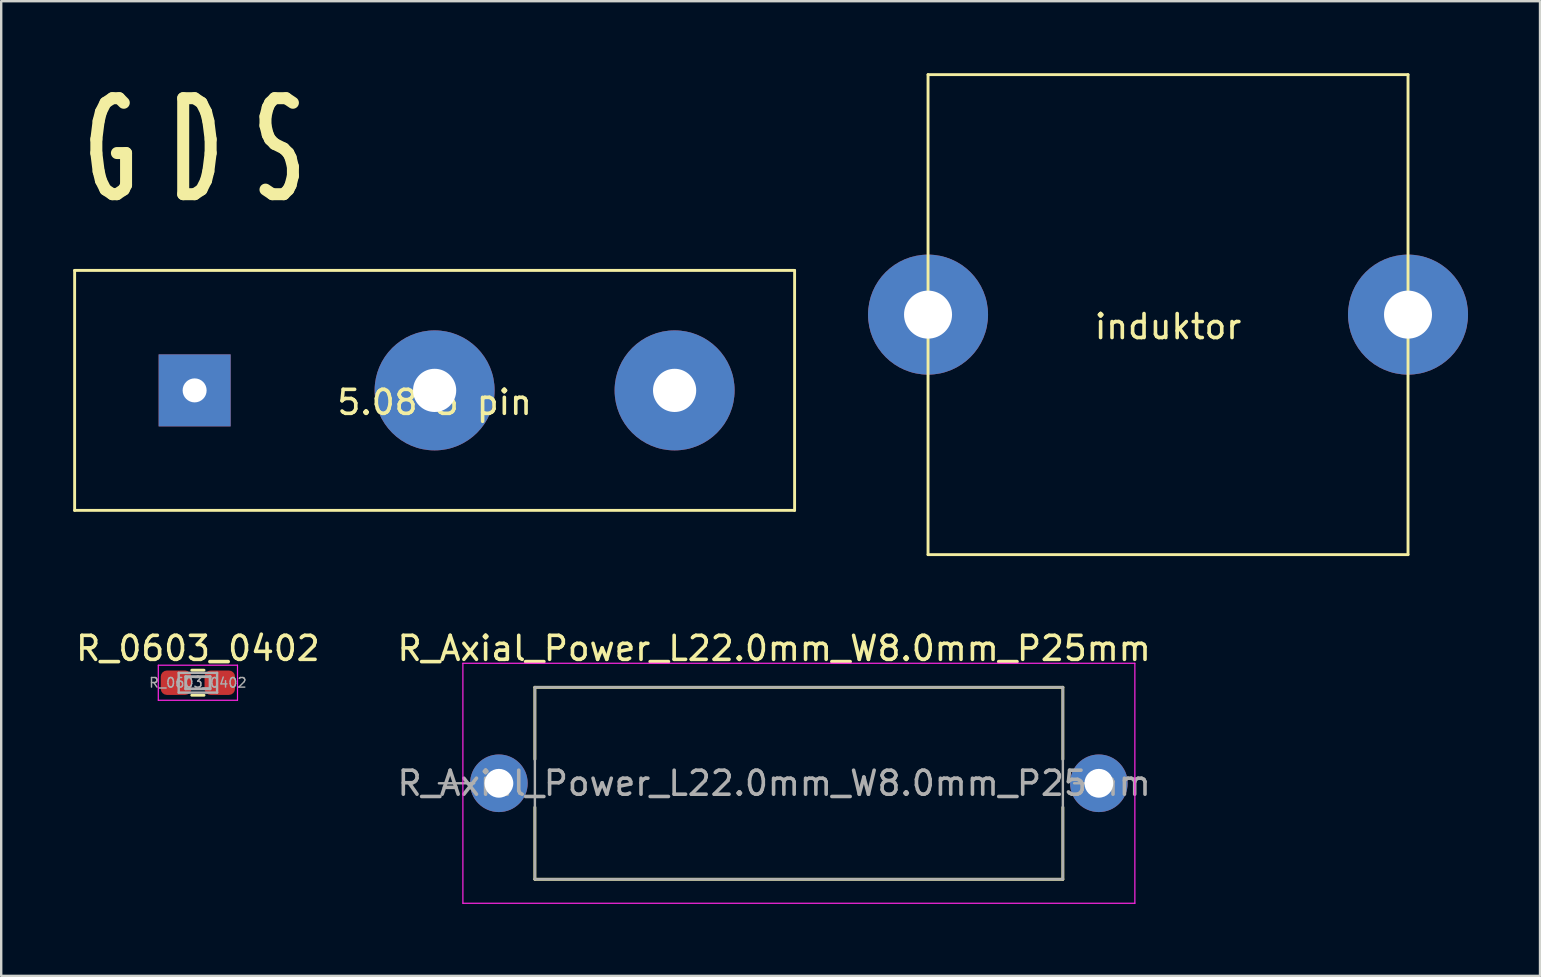
<source format=kicad_pcb>
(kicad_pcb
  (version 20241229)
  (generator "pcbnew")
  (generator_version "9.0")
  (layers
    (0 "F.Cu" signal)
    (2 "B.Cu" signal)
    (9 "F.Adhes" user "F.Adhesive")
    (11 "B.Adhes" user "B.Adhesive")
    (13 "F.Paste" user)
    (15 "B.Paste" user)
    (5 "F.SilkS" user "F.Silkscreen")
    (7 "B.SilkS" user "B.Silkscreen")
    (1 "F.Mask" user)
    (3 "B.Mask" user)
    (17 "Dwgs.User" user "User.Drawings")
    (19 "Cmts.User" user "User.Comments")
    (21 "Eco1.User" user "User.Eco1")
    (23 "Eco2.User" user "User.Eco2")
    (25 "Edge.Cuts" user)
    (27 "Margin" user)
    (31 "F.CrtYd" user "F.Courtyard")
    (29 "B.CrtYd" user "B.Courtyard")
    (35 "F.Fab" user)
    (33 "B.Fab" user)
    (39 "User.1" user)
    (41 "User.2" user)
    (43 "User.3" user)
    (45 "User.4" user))
  (footprint "R_Axial_Power_L22.0mm_W8.0mm_P25mm"
    (layer "F.Cu")
    (at 30.238 29.588)
    (property "Reference" "R_Axial_Power_L22.0mm_W8.0mm_P25mm" (at -1.03 -5.62 0) (layer "F.SilkS") (effects (font (size 1 1) (thickness 0.15))))
    (attr through_hole)
    (fp_line (start -11 -4) (end 11 -4) (stroke (width 0.12) (type solid)) (layer "F.SilkS"))
    (fp_line (start -11 -1) (end -11 -4) (stroke (width 0.12) (type solid)) (layer "F.SilkS"))
    (fp_line (start -11 1) (end -11 4) (stroke (width 0.12) (type solid)) (layer "F.SilkS"))
    (fp_line (start -11 4) (end 11 4) (stroke (width 0.12) (type solid)) (layer "F.SilkS"))
    (fp_line (start 11 -4) (end 11 -1) (stroke (width 0.12) (type solid)) (layer "F.SilkS"))
    (fp_line (start 11 4) (end 11 1) (stroke (width 0.12) (type solid)) (layer "F.SilkS"))
    (fp_line (start -14 -5) (end -14 5) (stroke (width 0.05) (type solid)) (layer "F.CrtYd"))
    (fp_line (start -14 5) (end 14 5) (stroke (width 0.05) (type solid)) (layer "F.CrtYd"))
    (fp_line (start 14 -5) (end -14 -5) (stroke (width 0.05) (type solid)) (layer "F.CrtYd"))
    (fp_line (start 14 5) (end 14 -5) (stroke (width 0.05) (type solid)) (layer "F.CrtYd"))
    (fp_line (start -15 0) (end -13.53 0) (stroke (width 0.1) (type solid)) (layer "F.Fab"))
    (fp_line (start -11 -4) (end -11 4) (stroke (width 0.1) (type solid)) (layer "F.Fab"))
    (fp_line (start -11 4) (end 11 4) (stroke (width 0.1) (type solid)) (layer "F.Fab"))
    (fp_line (start 11 -4) (end -11 -4) (stroke (width 0.1) (type solid)) (layer "F.Fab"))
    (fp_line (start 11 4) (end 11 -4) (stroke (width 0.1) (type solid)) (layer "F.Fab"))
    (fp_line (start 12.94 0) (end 11.47 0) (stroke (width 0.1) (type solid)) (layer "F.Fab"))
    (fp_text user "${REFERENCE}" (at -1.03 0 0) (layer "F.Fab") (effects (font (size 1 1) (thickness 0.15))))
    (pad "1" thru_hole circle (at -12.5 0) (size 2.4 2.4) (drill 1.2) (layers "*.Cu" "*.Mask"))
    (pad "2" thru_hole oval (at 12.5 0) (size 2.4 2.4) (drill 1.2) (layers "*.Cu" "*.Mask")))
  (footprint "induktor"
    (layer "F.Cu")
    (at 45.62 10.06)
    (property "Reference" "induktor" (at 0 0.5 0) (layer "F.SilkS") (effects (font (size 1 1) (thickness 0.15))))
    (attr through_hole)
    (fp_line (start -10 -10) (end 10 -10) (stroke (width 0.12) (type solid)) (layer "F.SilkS"))
    (fp_line (start -10 0) (end -10 -10) (stroke (width 0.12) (type solid)) (layer "F.SilkS"))
    (fp_line (start -10 10) (end -10 0) (stroke (width 0.12) (type solid)) (layer "F.SilkS"))
    (fp_line (start 10 -10) (end 10 10) (stroke (width 0.12) (type solid)) (layer "F.SilkS"))
    (fp_line (start 10 10) (end -10 10) (stroke (width 0.12) (type solid)) (layer "F.SilkS"))
    (pad "1" thru_hole circle (at -10 0) (size 5 5) (drill 2) (layers "*.Cu" "*.Mask"))
    (pad "2" thru_hole circle (at 10 0) (size 5 5) (drill 2) (layers "*.Cu" "*.Mask")))
  (footprint "5.08 3 pin"
    (layer "F.Cu")
    (at 15.06 13.217)
    (property "Reference" "5.08 3 pin" (at 0 0.5 0) (layer "F.SilkS") (effects (font (size 1 1) (thickness 0.15))))
    (attr through_hole)
    (fp_line (start -15 -5) (end -15 5) (stroke (width 0.12) (type solid)) (layer "F.SilkS"))
    (fp_line (start -15 5) (end 15 5) (stroke (width 0.12) (type solid)) (layer "F.SilkS"))
    (fp_line (start 15 -5) (end -15 -5) (stroke (width 0.12) (type solid)) (layer "F.SilkS"))
    (fp_line (start 15 5) (end 15 -5) (stroke (width 0.12) (type solid)) (layer "F.SilkS"))
    (fp_text user "G D S" (at -10 -10 0) (layer "F.SilkS") (effects (font (size 4 2) (thickness 0.5))))
    (pad "1" thru_hole rect (at -10 0) (size 3 3) (drill 1) (layers "*.Cu" "*.Mask"))
    (pad "2" thru_hole circle (at 0 0) (size 5 5) (drill 1.8) (layers "*.Cu" "*.Mask"))
    (pad "3" thru_hole circle (at 10 0) (size 5 5) (drill 1.8) (layers "*.Cu" "*.Mask")))
  (footprint "R_0603_0402"
    (layer "F.Cu")
    (at 5.196 25.398)
    (property "Reference" "R_0603_0402" (at 0 -1.43 0) (layer "F.SilkS") (effects (font (size 1 1) (thickness 0.15))))
    (attr smd)
    (fp_line (start -0.255 -0.522) (end 0.255 -0.522) (stroke (width 0.12) (type solid)) (layer "F.SilkS"))
    (fp_line (start -0.255 0.522) (end 0.255 0.522) (stroke (width 0.12) (type solid)) (layer "F.SilkS"))
    (fp_line (start -1.65 -0.73) (end 1.65 -0.73) (stroke (width 0.05) (type solid)) (layer "F.CrtYd"))
    (fp_line (start -1.65 0.73) (end -1.65 -0.73) (stroke (width 0.05) (type solid)) (layer "F.CrtYd"))
    (fp_line (start 1.65 -0.73) (end 1.65 0.73) (stroke (width 0.05) (type solid)) (layer "F.CrtYd"))
    (fp_line (start 1.65 0.73) (end -1.65 0.73) (stroke (width 0.05) (type solid)) (layer "F.CrtYd"))
    (fp_line (start -0.8 -0.412) (end 0.8 -0.412) (stroke (width 0.1) (type solid)) (layer "F.Fab"))
    (fp_line (start -0.8 0.412) (end -0.8 -0.412) (stroke (width 0.1) (type solid)) (layer "F.Fab"))
    (fp_line (start -0.508 -0.254) (end 0 -0.254) (stroke (width 0.12) (type solid)) (layer "F.Fab"))
    (fp_line (start -0.508 0.254) (end -0.508 -0.254) (stroke (width 0.12) (type solid)) (layer "F.Fab"))
    (fp_line (start 0 -0.254) (end 0.508 -0.254) (stroke (width 0.12) (type solid)) (layer "F.Fab"))
    (fp_line (start 0.508 -0.254) (end 0.508 0.254) (stroke (width 0.12) (type solid)) (layer "F.Fab"))
    (fp_line (start 0.508 0.254) (end -0.508 0.254) (stroke (width 0.12) (type solid)) (layer "F.Fab"))
    (fp_line (start 0.8 -0.412) (end 0.8 0.412) (stroke (width 0.1) (type solid)) (layer "F.Fab"))
    (fp_line (start 0.8 0.412) (end -0.8 0.412) (stroke (width 0.1) (type solid)) (layer "F.Fab"))
    (fp_text user "${REFERENCE}" (at 0 0 0) (layer "F.Fab") (effects (font (size 0.4 0.4) (thickness 0.06))))
    (pad "1" smd roundrect (at -0.912 0) (size 1.27 1.016) (layers "F.Cu" "F.Mask" "F.Paste") (roundrect_rratio 0.25))
    (pad "2" smd roundrect (at 0.912 0) (size 1.27 1.016) (layers "F.Cu" "F.Mask" "F.Paste") (roundrect_rratio 0.25)))
  (gr_rect
    (start -3 -3)
    (end 61.12 37.613)
    (stroke (width 0.1) (type default))
    (fill no)
    (layer "Edge.Cuts")))
</source>
